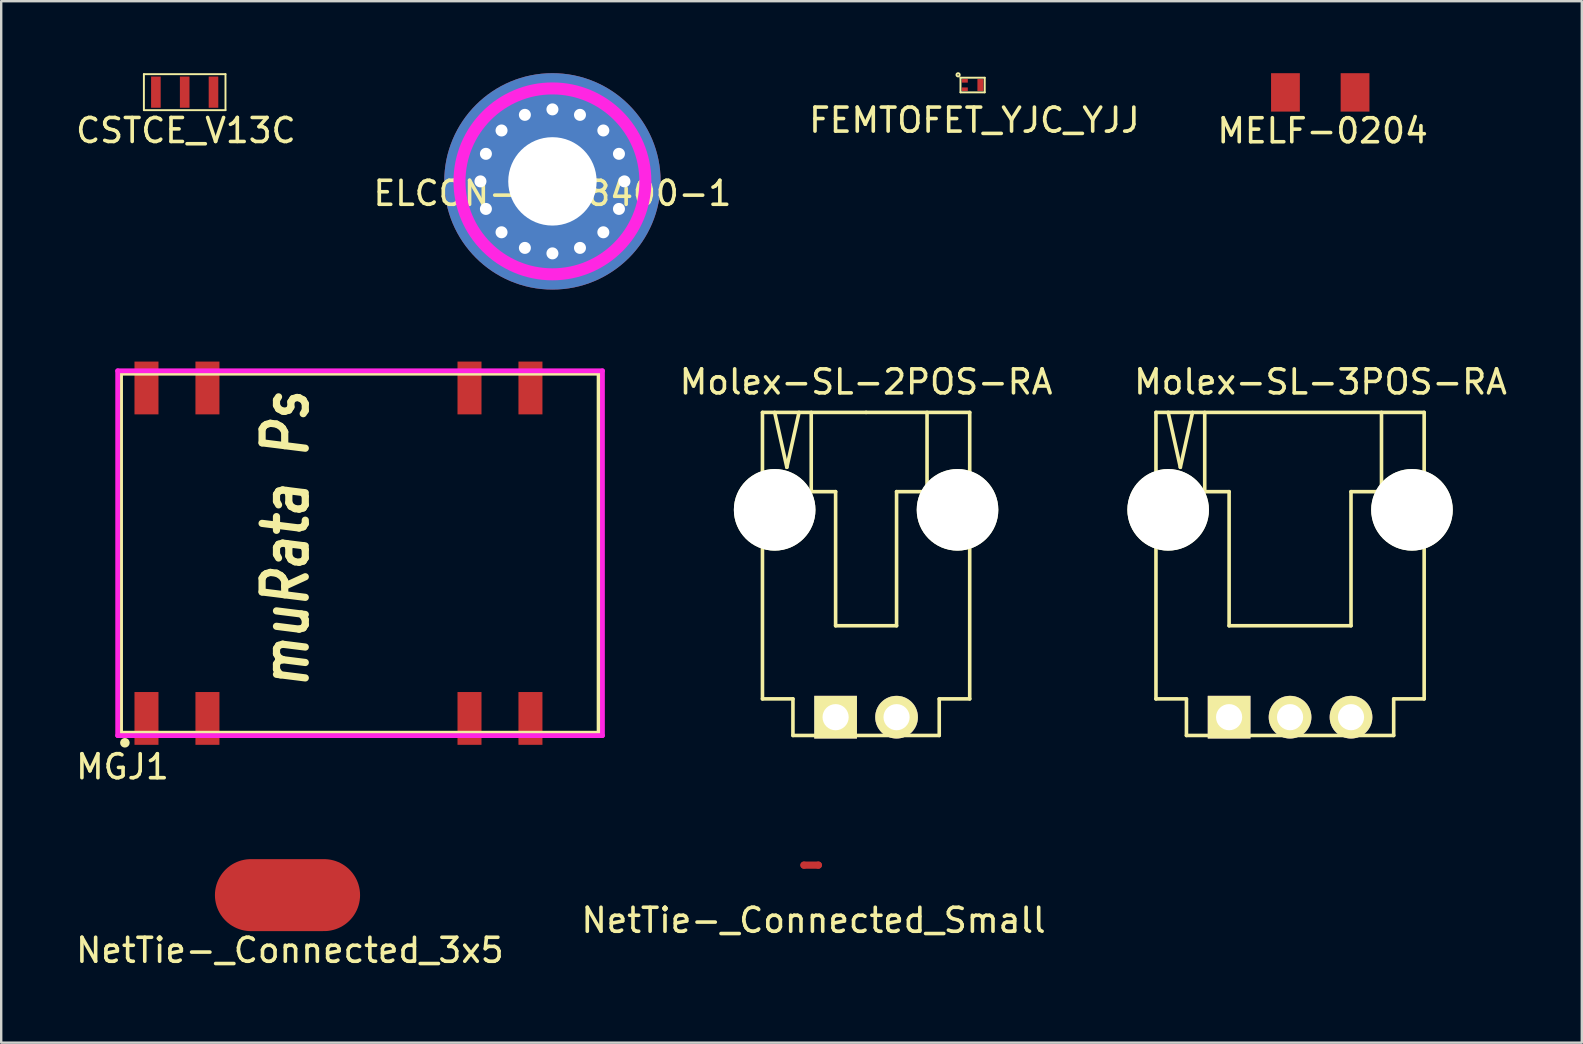
<source format=kicad_pcb>
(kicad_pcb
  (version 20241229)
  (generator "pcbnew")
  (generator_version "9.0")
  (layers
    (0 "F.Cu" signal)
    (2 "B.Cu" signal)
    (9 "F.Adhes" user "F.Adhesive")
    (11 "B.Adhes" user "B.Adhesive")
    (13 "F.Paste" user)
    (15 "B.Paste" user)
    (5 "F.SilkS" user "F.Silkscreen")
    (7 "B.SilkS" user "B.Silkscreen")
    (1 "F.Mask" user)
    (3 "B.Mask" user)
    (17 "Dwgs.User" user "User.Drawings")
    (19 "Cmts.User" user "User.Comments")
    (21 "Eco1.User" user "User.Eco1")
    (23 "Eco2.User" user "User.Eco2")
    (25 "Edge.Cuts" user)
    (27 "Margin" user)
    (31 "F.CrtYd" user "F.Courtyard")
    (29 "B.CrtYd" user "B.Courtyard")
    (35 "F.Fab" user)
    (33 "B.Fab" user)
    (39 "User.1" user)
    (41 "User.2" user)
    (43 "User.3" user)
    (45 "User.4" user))
  (footprint "ELCON-6648400-1"
    (layer "F.Cu")
    (at 19.97 4.508)
    (property "Reference" "ELCON-6648400-1" (at 0 0.5 0) (layer "F.SilkS") (effects (font (size 1 1) (thickness 0.15))))
    (attr through_hole)
    (fp_circle (center 0 0) (end 3.873 0) (stroke (width 0.5) (type solid)) (fill no) (layer "F.CrtYd"))
    (pad "1" thru_hole circle (at -3 0 90) (size 0.7 0.7) (drill 0.5) (layers "*.Cu"))
    (pad "1" thru_hole circle (at -2.772 -1.148 67.5) (size 0.7 0.7) (drill 0.5) (layers "*.Cu"))
    (pad "1" thru_hole circle (at -2.772 1.148 112.5) (size 0.7 0.7) (drill 0.5) (layers "*.Cu"))
    (pad "1" thru_hole circle (at -2.121 -2.121 45) (size 0.7 0.7) (drill 0.5) (layers "*.Cu"))
    (pad "1" thru_hole circle (at -2.121 2.121 135) (size 0.7 0.7) (drill 0.5) (layers "*.Cu"))
    (pad "1" thru_hole circle (at -1.148 -2.772 22.5) (size 0.7 0.7) (drill 0.5) (layers "*.Cu"))
    (pad "1" thru_hole circle (at -1.148 2.772 157.5) (size 0.7 0.7) (drill 0.5) (layers "*.Cu"))
    (pad "1" thru_hole circle (at 0 -3) (size 0.7 0.7) (drill 0.5) (layers "*.Cu"))
    (pad "1" thru_hole circle (at 0 0) (size 9.017 9.017) (drill 3.683) (layers "*.Cu" "*.Mask"))
    (pad "1" thru_hole circle (at 0 3 180) (size 0.7 0.7) (drill 0.5) (layers "*.Cu"))
    (pad "1" thru_hole circle (at 1.148 -2.772 337.5) (size 0.7 0.7) (drill 0.5) (layers "*.Cu"))
    (pad "1" thru_hole circle (at 1.148 2.772 202.5) (size 0.7 0.7) (drill 0.5) (layers "*.Cu"))
    (pad "1" thru_hole circle (at 2.121 -2.121 315) (size 0.7 0.7) (drill 0.5) (layers "*.Cu"))
    (pad "1" thru_hole circle (at 2.121 2.121 225) (size 0.7 0.7) (drill 0.5) (layers "*.Cu"))
    (pad "1" thru_hole circle (at 2.772 -1.148 292.5) (size 0.7 0.7) (drill 0.5) (layers "*.Cu"))
    (pad "1" thru_hole circle (at 2.772 1.148 247.5) (size 0.7 0.7) (drill 0.5) (layers "*.Cu"))
    (pad "1" thru_hole circle (at 3 0 270) (size 0.7 0.7) (drill 0.5) (layers "*.Cu")))
  (footprint "NetTie-_Connected_3x5"
    (layer "F.Cu")
    (at 8.93 34.25)
    (property "Reference" "NetTie-_Connected_3x5" (at 0.1 2.3 0) (layer "F.SilkS") (effects (font (size 1 1) (thickness 0.15))))
    (attr through_hole)
    (fp_line (start -1.524 0) (end 1.524 0) (stroke (width 3) (type solid)) (layer "F.Cu"))
    (pad "1" smd circle (at -2.032 0) (size 0.3 0.3) (layers "F.Cu" "F.Mask" "F.Paste"))
    (pad "2" smd circle (at 2.032 0) (size 0.3 0.3) (layers "F.Cu" "F.Mask" "F.Paste")))
  (footprint "Molex-SL-3POS-RA"
    (layer "F.Cu")
    (at 50.707 26.835)
    (property "Reference" "Molex-SL-3POS-RA" (at 1.27 -13.97 0) (layer "F.SilkS") (effects (font (size 1 1) (thickness 0.15))))
    (attr through_hole)
    (fp_line (start -5.588 -12.7) (end 5.588 -12.7) (stroke (width 0.15) (type solid)) (layer "F.SilkS"))
    (fp_line (start -5.588 -0.762) (end -5.588 -12.7) (stroke (width 0.15) (type solid)) (layer "F.SilkS"))
    (fp_line (start -5.08 -12.7) (end -4.572 -10.414) (stroke (width 0.15) (type solid)) (layer "F.SilkS"))
    (fp_line (start -4.572 -10.414) (end -4.064 -12.7) (stroke (width 0.15) (type solid)) (layer "F.SilkS"))
    (fp_line (start -4.318 -0.762) (end -5.588 -0.762) (stroke (width 0.15) (type solid)) (layer "F.SilkS"))
    (fp_line (start -4.318 0.762) (end -4.318 -0.762) (stroke (width 0.15) (type solid)) (layer "F.SilkS"))
    (fp_line (start -4.318 0.762) (end 4.318 0.762) (stroke (width 0.15) (type solid)) (layer "F.SilkS"))
    (fp_line (start -3.556 -9.398) (end -3.556 -12.7) (stroke (width 0.15) (type solid)) (layer "F.SilkS"))
    (fp_line (start -2.54 -9.398) (end -3.556 -9.398) (stroke (width 0.15) (type solid)) (layer "F.SilkS"))
    (fp_line (start -2.54 -3.81) (end -2.54 -9.398) (stroke (width 0.15) (type solid)) (layer "F.SilkS"))
    (fp_line (start 2.54 -9.398) (end 3.81 -9.398) (stroke (width 0.15) (type solid)) (layer "F.SilkS"))
    (fp_line (start 2.54 -3.81) (end -2.54 -3.81) (stroke (width 0.15) (type solid)) (layer "F.SilkS"))
    (fp_line (start 2.54 -3.81) (end 2.54 -9.398) (stroke (width 0.15) (type solid)) (layer "F.SilkS"))
    (fp_line (start 3.81 -9.398) (end 3.81 -12.7) (stroke (width 0.15) (type solid)) (layer "F.SilkS"))
    (fp_line (start 4.318 -0.762) (end 5.588 -0.762) (stroke (width 0.15) (type solid)) (layer "F.SilkS"))
    (fp_line (start 4.318 0.762) (end 4.318 -0.762) (stroke (width 0.15) (type solid)) (layer "F.SilkS"))
    (fp_line (start 5.588 -12.7) (end 5.588 -0.762) (stroke (width 0.15) (type solid)) (layer "F.SilkS"))
    (pad "" np_thru_hole circle (at -5.08 -8.64) (size 3.4 3.4) (drill 3.4) (layers "*.Cu" "*.Mask" "F.SilkS"))
    (pad "" np_thru_hole circle (at 5.08 -8.64) (size 3.4 3.4) (drill 3.4) (layers "*.Cu" "*.Mask" "F.SilkS"))
    (pad "1" thru_hole rect (at -2.54 0) (size 1.778 1.778) (drill 1.09) (layers "*.Cu" "*.Mask" "F.SilkS"))
    (pad "2" thru_hole circle (at 0 0) (size 1.778 1.778) (drill 1.09) (layers "*.Cu" "*.Mask" "F.SilkS"))
    (pad "3" thru_hole circle (at 2.54 0) (size 1.778 1.778) (drill 1.09) (layers "*.Cu" "*.Mask" "F.SilkS")))
  (footprint "MELF-0204"
    (layer "F.Cu")
    (at 51.965 0.8)
    (property "Reference" "MELF-0204" (at 0.1 1.6 0) (layer "F.SilkS") (effects (font (size 1 1) (thickness 0.15))))
    (attr through_hole)
    (pad "1" smd rect (at -1.45 0) (size 1.2 1.6) (layers "F.Cu" "F.Mask" "F.Paste"))
    (pad "2" smd rect (at 1.45 0) (size 1.2 1.6) (layers "F.Cu" "F.Mask" "F.Paste")))
  (footprint "FEMTOFET_YJC_YJJ"
    (layer "F.Cu")
    (at 37.154 0.668)
    (property "Reference" "FEMTOFET_YJC_YJJ" (at 0.4 1.29 0) (layer "F.SilkS") (effects (font (size 1 1) (thickness 0.15))))
    (attr through_hole)
    (fp_line (start -0.18 -0.48) (end 0.83 -0.48) (stroke (width 0.08) (type solid)) (layer "F.SilkS"))
    (fp_line (start -0.18 0.13) (end -0.18 -0.48) (stroke (width 0.08) (type solid)) (layer "F.SilkS"))
    (fp_line (start 0.83 -0.48) (end 0.83 0.13) (stroke (width 0.08) (type solid)) (layer "F.SilkS"))
    (fp_line (start 0.83 0.13) (end -0.18 0.13) (stroke (width 0.08) (type solid)) (layer "F.SilkS"))
    (fp_circle (center -0.28 -0.6) (end -0.3 -0.62) (stroke (width 0.08) (type solid)) (fill no) (layer "F.SilkS"))
    (pad "1" smd rect (at 0 -0.35) (size 0.25 0.15) (layers "F.Cu" "F.Mask" "F.Paste"))
    (pad "2" smd rect (at 0 0) (size 0.25 0.15) (layers "F.Cu" "F.Mask" "F.Paste"))
    (pad "3" smd rect (at 0.65 -0.175) (size 0.25 0.5) (layers "F.Cu" "F.Mask" "F.Paste")))
  (footprint "MGJ1"
    (layer "F.Cu")
    (at 11.054 20.002)
    (property "Reference" "MGJ1" (at -9 8.9 0) (layer "F.SilkS") (effects (font (size 1 1) (thickness 0.15))))
    (attr through_hole)
    (fp_line (start -9.08 -7.5) (end 10.86 -7.5) (stroke (width 0.2) (type solid)) (layer "F.SilkS"))
    (fp_line (start -9.08 7.5) (end -9.08 -7.5) (stroke (width 0.2) (type solid)) (layer "F.SilkS"))
    (fp_line (start 10.86 -7.5) (end 10.86 7.5) (stroke (width 0.2) (type solid)) (layer "F.SilkS"))
    (fp_line (start 10.86 7.5) (end -9.08 7.5) (stroke (width 0.2) (type solid)) (layer "F.SilkS"))
    (fp_circle (center -8.9 7.9) (end -9 7.9) (stroke (width 0.2) (type solid)) (fill no) (layer "F.SilkS"))
    (fp_line (start -9.2 -7.6) (end 11 -7.6) (stroke (width 0.2) (type solid)) (layer "F.CrtYd"))
    (fp_line (start -9.2 7.6) (end -9.2 -7.6) (stroke (width 0.2) (type solid)) (layer "F.CrtYd"))
    (fp_line (start 11 -7.6) (end 11 7.6) (stroke (width 0.2) (type solid)) (layer "F.CrtYd"))
    (fp_line (start 11 7.6) (end -9.2 7.6) (stroke (width 0.2) (type solid)) (layer "F.CrtYd"))
    (fp_text user "muRata Ps" (at -2.2 -0.6 90) (layer "F.SilkS") (effects (font (size 1.8 1.5) (thickness 0.3) (italic yes))))
    (pad "1" smd rect (at -8 6.885) (size 1 2.2) (layers "F.Cu" "F.Mask" "F.Paste"))
    (pad "2" smd rect (at -5.46 6.885) (size 1 2.2) (layers "F.Cu" "F.Mask" "F.Paste"))
    (pad "3" smd rect (at 5.46 6.885) (size 1 2.2) (layers "F.Cu" "F.Mask" "F.Paste"))
    (pad "4" smd rect (at 8 6.885) (size 1 2.2) (layers "F.Cu" "F.Mask" "F.Paste"))
    (pad "5" smd rect (at 8 -6.885) (size 1 2.2) (layers "F.Cu" "F.Mask" "F.Paste"))
    (pad "6" smd rect (at 5.46 -6.885) (size 1 2.2) (layers "F.Cu" "F.Mask" "F.Paste"))
    (pad "7" smd rect (at -5.46 -6.885) (size 1 2.2) (layers "F.Cu" "F.Mask" "F.Paste"))
    (pad "8" smd rect (at -8 -6.885) (size 1 2.2) (layers "F.Cu" "F.Mask" "F.Paste")))
  (footprint "Molex-SL-2POS-RA"
    (layer "F.Cu")
    (at 33.04 26.835)
    (property "Reference" "Molex-SL-2POS-RA" (at 0 -13.97 0) (layer "F.SilkS") (effects (font (size 1 1) (thickness 0.15))))
    (attr through_hole)
    (fp_line (start -4.318 -0.762) (end -4.318 -12.7) (stroke (width 0.15) (type solid)) (layer "F.SilkS"))
    (fp_line (start -3.81 -12.7) (end -3.302 -10.414) (stroke (width 0.15) (type solid)) (layer "F.SilkS"))
    (fp_line (start -3.302 -10.414) (end -2.794 -12.7) (stroke (width 0.15) (type solid)) (layer "F.SilkS"))
    (fp_line (start -3.048 -0.762) (end -4.318 -0.762) (stroke (width 0.15) (type solid)) (layer "F.SilkS"))
    (fp_line (start -3.048 0.762) (end -3.048 -0.762) (stroke (width 0.15) (type solid)) (layer "F.SilkS"))
    (fp_line (start -3.048 0.762) (end 3.048 0.762) (stroke (width 0.15) (type solid)) (layer "F.SilkS"))
    (fp_line (start -2.286 -9.398) (end -2.286 -12.7) (stroke (width 0.15) (type solid)) (layer "F.SilkS"))
    (fp_line (start -1.27 -9.398) (end -2.286 -9.398) (stroke (width 0.15) (type solid)) (layer "F.SilkS"))
    (fp_line (start -1.27 -3.81) (end -1.27 -9.398) (stroke (width 0.15) (type solid)) (layer "F.SilkS"))
    (fp_line (start 0 -12.7) (end -4.318 -12.7) (stroke (width 0.15) (type solid)) (layer "F.SilkS"))
    (fp_line (start 0 -12.7) (end 4.318 -12.7) (stroke (width 0.15) (type solid)) (layer "F.SilkS"))
    (fp_line (start 1.27 -9.398) (end 2.54 -9.398) (stroke (width 0.15) (type solid)) (layer "F.SilkS"))
    (fp_line (start 1.27 -3.81) (end -1.27 -3.81) (stroke (width 0.15) (type solid)) (layer "F.SilkS"))
    (fp_line (start 1.27 -3.81) (end 1.27 -9.398) (stroke (width 0.15) (type solid)) (layer "F.SilkS"))
    (fp_line (start 2.54 -9.398) (end 2.54 -12.7) (stroke (width 0.15) (type solid)) (layer "F.SilkS"))
    (fp_line (start 3.048 -0.762) (end 4.318 -0.762) (stroke (width 0.15) (type solid)) (layer "F.SilkS"))
    (fp_line (start 3.048 0.762) (end 3.048 -0.762) (stroke (width 0.15) (type solid)) (layer "F.SilkS"))
    (fp_line (start 4.318 -12.7) (end 4.318 -0.762) (stroke (width 0.15) (type solid)) (layer "F.SilkS"))
    (pad "" np_thru_hole circle (at -3.81 -8.64) (size 3.4 3.4) (drill 3.4) (layers "*.Cu" "*.Mask" "F.SilkS"))
    (pad "" np_thru_hole circle (at 3.81 -8.64) (size 3.4 3.4) (drill 3.4) (layers "*.Cu" "*.Mask" "F.SilkS"))
    (pad "1" thru_hole rect (at -1.27 0) (size 1.778 1.778) (drill 1.09) (layers "*.Cu" "*.Mask" "F.SilkS"))
    (pad "2" thru_hole circle (at 1.27 0) (size 1.778 1.778) (drill 1.09) (layers "*.Cu" "*.Mask" "F.SilkS")))
  (footprint "NetTie-_Connected_Small"
    (layer "F.Cu")
    (at 30.751 33)
    (property "Reference" "NetTie-_Connected_Small" (at 0.1 2.3 0) (layer "F.SilkS") (effects (font (size 1 1) (thickness 0.15))))
    (attr through_hole)
    (fp_line (start -0.3 0) (end 0.3 0) (stroke (width 0.3) (type solid)) (layer "F.Cu"))
    (pad "1" smd circle (at -0.3 0) (size 0.3 0.3) (layers "F.Cu" "F.Mask" "F.Paste"))
    (pad "2" smd circle (at 0.3 0) (size 0.3 0.3) (layers "F.Cu" "F.Mask" "F.Paste")))
  (footprint "CSTCE_V13C"
    (layer "F.Cu")
    (at 4.646 0.79)
    (property "Reference" "CSTCE_V13C" (at 0.05 1.6 0) (layer "F.SilkS") (effects (font (size 1 1) (thickness 0.15))))
    (attr through_hole)
    (fp_line (start -1.7 -0.75) (end 1.7 -0.75) (stroke (width 0.08) (type solid)) (layer "F.SilkS"))
    (fp_line (start -1.7 0.75) (end -1.7 -0.75) (stroke (width 0.08) (type solid)) (layer "F.SilkS"))
    (fp_line (start 1.7 -0.75) (end 1.7 0.75) (stroke (width 0.08) (type solid)) (layer "F.SilkS"))
    (fp_line (start 1.7 0.75) (end -1.7 0.75) (stroke (width 0.08) (type solid)) (layer "F.SilkS"))
    (pad "1" smd rect (at -1.2 0) (size 0.4 1.3) (layers "F.Cu" "F.Mask" "F.Paste"))
    (pad "2" smd rect (at 0 0) (size 0.4 1.3) (layers "F.Cu" "F.Mask" "F.Paste"))
    (pad "3" smd rect (at 1.2 0) (size 0.4 1.3) (layers "F.Cu" "F.Mask" "F.Paste")))
  (gr_rect
    (start -3 -3)
    (end 62.864 40.398)
    (stroke (width 0.1) (type default))
    (fill no)
    (layer "Edge.Cuts")))
</source>
